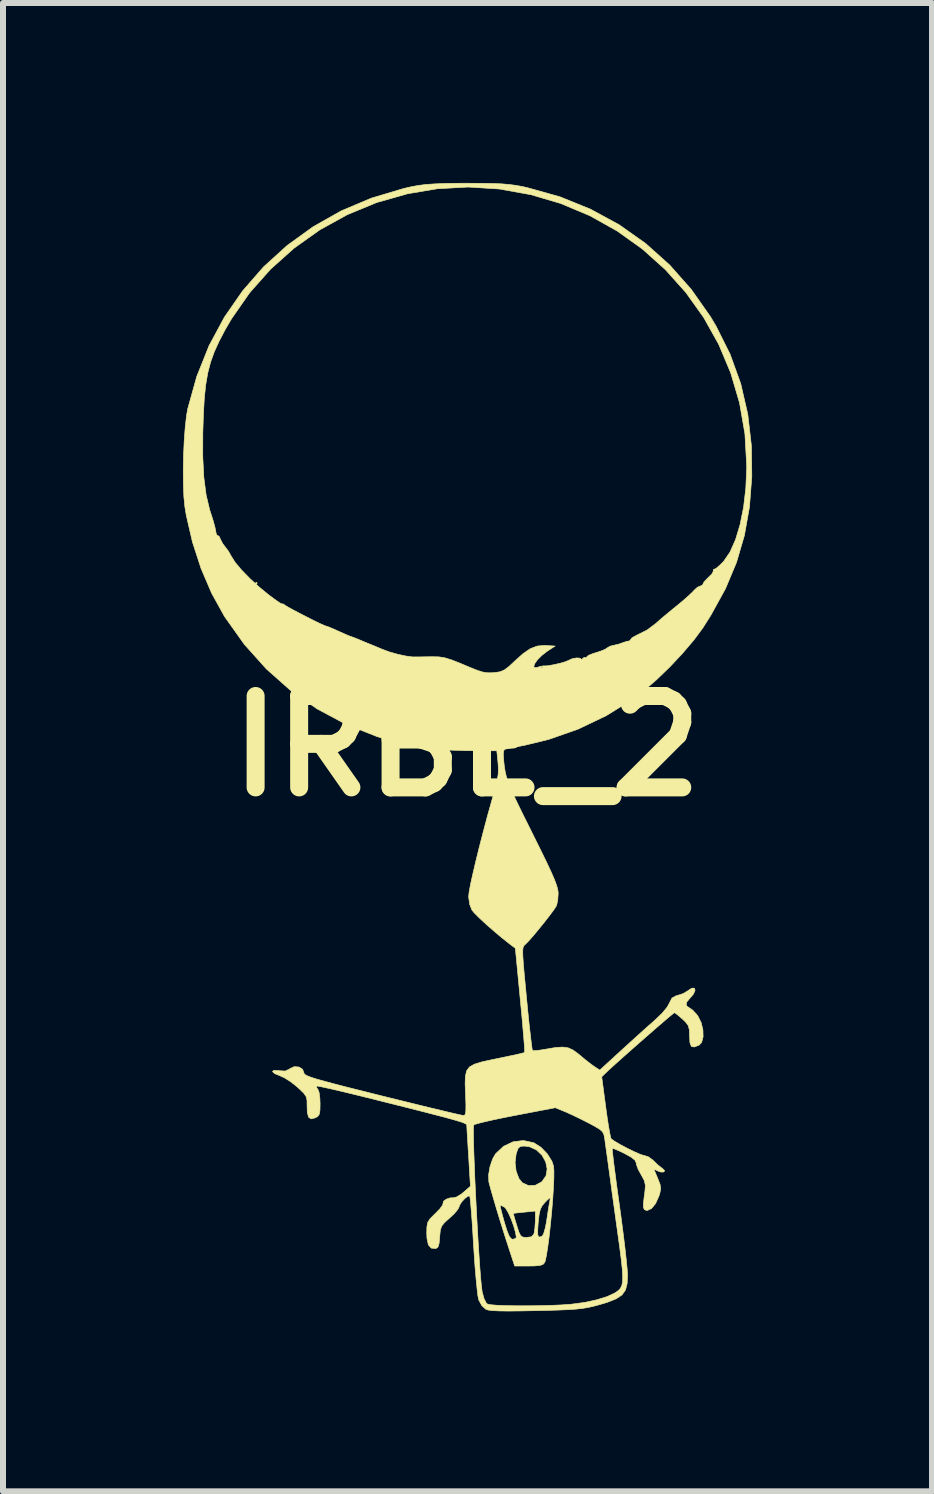
<source format=kicad_pcb>
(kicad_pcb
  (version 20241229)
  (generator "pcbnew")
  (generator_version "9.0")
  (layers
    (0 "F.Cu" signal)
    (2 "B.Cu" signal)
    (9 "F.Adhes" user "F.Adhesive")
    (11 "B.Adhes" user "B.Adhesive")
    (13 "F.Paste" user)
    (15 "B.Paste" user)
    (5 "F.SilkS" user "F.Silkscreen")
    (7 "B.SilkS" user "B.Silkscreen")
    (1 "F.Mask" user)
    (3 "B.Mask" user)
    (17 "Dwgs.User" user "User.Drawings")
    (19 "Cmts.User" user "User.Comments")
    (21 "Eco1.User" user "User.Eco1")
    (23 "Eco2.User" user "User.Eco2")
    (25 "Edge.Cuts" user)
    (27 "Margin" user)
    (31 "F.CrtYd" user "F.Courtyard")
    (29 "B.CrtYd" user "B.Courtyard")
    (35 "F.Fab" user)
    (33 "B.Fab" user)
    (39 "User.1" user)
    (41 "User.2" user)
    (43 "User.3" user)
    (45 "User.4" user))
  (footprint "IRBE_2"
    (layer "F.Cu")
    (at 4.731 9.387)
    (property "Reference" "IRBE_2" (at 0 0 0) (layer "F.SilkS") (effects (font (size 1.524 1.524) (thickness 0.3))))
    (attr through_hole)
    (fp_poly (pts (xy -3.493 -2.715) (xy -3.508 -2.699) (xy -3.524 -2.715) (xy -3.508 -2.731) (xy -3.493 -2.715)) (stroke (width 0.01) (type solid)) (fill yes) (layer "F.SilkS"))
    (fp_poly (pts (xy 1.116 6.613) (xy 1.121 6.615) (xy 1.237 6.689) (xy 1.343 6.799) (xy 1.421 6.924) (xy 1.447 7.005) (xy 1.453 7.085) (xy 1.452 7.214) (xy 1.444 7.379) (xy 1.432 7.569) (xy 1.415 7.773) (xy 1.395 7.978) (xy 1.374 8.173) (xy 1.351 8.346) (xy 1.329 8.487) (xy 1.309 8.582) (xy 1.297 8.612) (xy 1.27 8.642) (xy 1.217 8.659) (xy 1.124 8.667) (xy 1.033 8.668) (xy 0.799 8.668) (xy 0.687 8.326) (xy 0.628 8.142) (xy 0.566 7.945) (xy 0.506 7.748) (xy 0.479 7.657) (xy 0.557 7.657) (xy 0.561 7.69) (xy 0.581 7.77) (xy 0.611 7.882) (xy 0.629 7.945) (xy 0.672 8.083) (xy 0.707 8.169) (xy 0.739 8.212) (xy 0.768 8.223) (xy 0.816 8.207) (xy 0.826 8.188) (xy 0.813 8.108) (xy 0.782 8) (xy 0.74 7.885) (xy 0.698 7.791) (xy 0.775 7.791) (xy 0.783 7.821) (xy 0.804 7.895) (xy 0.834 7.993) (xy 0.868 8.1) (xy 0.897 8.159) (xy 0.931 8.185) (xy 0.983 8.191) (xy 0.999 8.191) (xy 1.078 8.181) (xy 1.116 8.141) (xy 1.123 8.12) (xy 1.13 8.077) (xy 1.182 8.077) (xy 1.185 8.154) (xy 1.203 8.185) (xy 1.239 8.179) (xy 1.261 8.166) (xy 1.283 8.125) (xy 1.308 8.038) (xy 1.331 7.923) (xy 1.333 7.905) (xy 1.352 7.777) (xy 1.37 7.665) (xy 1.384 7.591) (xy 1.384 7.588) (xy 1.392 7.541) (xy 1.383 7.533) (xy 1.344 7.567) (xy 1.307 7.604) (xy 1.257 7.662) (xy 1.226 7.724) (xy 1.206 7.811) (xy 1.192 7.94) (xy 1.191 7.945) (xy 1.182 8.077) (xy 1.13 8.077) (xy 1.135 8.044) (xy 1.142 7.94) (xy 1.143 7.9) (xy 1.143 7.752) (xy 0.96 7.77) (xy 0.862 7.78) (xy 0.795 7.788) (xy 0.775 7.791) (xy 0.698 7.791) (xy 0.693 7.781) (xy 0.65 7.708) (xy 0.631 7.688) (xy 0.578 7.661) (xy 0.557 7.657) (xy 0.479 7.657) (xy 0.452 7.566) (xy 0.407 7.411) (xy 0.376 7.297) (xy 0.368 7.264) (xy 0.364 7.15) (xy 0.387 7.013) (xy 0.411 6.943) (xy 0.806 6.943) (xy 0.823 7.086) (xy 0.87 7.21) (xy 0.925 7.279) (xy 1.028 7.327) (xy 1.143 7.322) (xy 1.251 7.264) (xy 1.252 7.263) (xy 1.321 7.165) (xy 1.34 7.051) (xy 1.316 6.932) (xy 1.255 6.822) (xy 1.162 6.733) (xy 1.045 6.679) (xy 0.958 6.668) (xy 0.894 6.674) (xy 0.857 6.705) (xy 0.83 6.778) (xy 0.823 6.802) (xy 0.806 6.943) (xy 0.411 6.943) (xy 0.432 6.882) (xy 0.48 6.798) (xy 0.614 6.672) (xy 0.773 6.597) (xy 0.945 6.576) (xy 1.116 6.613)) (stroke (width 0.01) (type solid)) (fill yes) (layer "F.SilkS"))
    (fp_poly (pts (xy 0.252 -9.381) (xy 0.439 -9.378) (xy 0.588 -9.372) (xy 0.712 -9.361) (xy 0.826 -9.346) (xy 0.942 -9.324) (xy 1.012 -9.308) (xy 1.555 -9.156) (xy 2.065 -8.949) (xy 2.541 -8.69) (xy 2.981 -8.379) (xy 3.383 -8.019) (xy 3.744 -7.611) (xy 4.063 -7.157) (xy 4.157 -6.999) (xy 4.391 -6.53) (xy 4.567 -6.042) (xy 4.685 -5.532) (xy 4.746 -4.998) (xy 4.752 -4.493) (xy 4.713 -3.986) (xy 4.629 -3.513) (xy 4.497 -3.062) (xy 4.313 -2.623) (xy 4.072 -2.185) (xy 3.934 -1.967) (xy 3.785 -1.766) (xy 3.597 -1.545) (xy 3.385 -1.319) (xy 3.162 -1.104) (xy 2.943 -0.914) (xy 2.766 -0.779) (xy 2.325 -0.506) (xy 1.854 -0.281) (xy 1.365 -0.11) (xy 0.966 -0.013) (xy 0.835 0.012) (xy 0.726 0.034) (xy 0.655 0.049) (xy 0.64 0.052) (xy 0.617 0.074) (xy 0.609 0.132) (xy 0.616 0.237) (xy 0.618 0.262) (xy 0.628 0.349) (xy 0.641 0.428) (xy 0.659 0.505) (xy 0.686 0.59) (xy 0.725 0.69) (xy 0.779 0.812) (xy 0.851 0.964) (xy 0.944 1.155) (xy 1.062 1.391) (xy 1.116 1.5) (xy 1.238 1.746) (xy 1.334 1.943) (xy 1.406 2.097) (xy 1.458 2.216) (xy 1.493 2.308) (xy 1.514 2.378) (xy 1.523 2.434) (xy 1.524 2.462) (xy 1.517 2.566) (xy 1.499 2.651) (xy 1.49 2.671) (xy 1.45 2.732) (xy 1.381 2.825) (xy 1.293 2.938) (xy 1.198 3.055) (xy 1.107 3.165) (xy 1.03 3.252) (xy 0.98 3.302) (xy 0.978 3.304) (xy 0.959 3.321) (xy 0.945 3.341) (xy 0.936 3.373) (xy 0.933 3.423) (xy 0.935 3.5) (xy 0.942 3.611) (xy 0.955 3.763) (xy 0.974 3.964) (xy 0.997 4.206) (xy 1.019 4.432) (xy 1.04 4.637) (xy 1.06 4.811) (xy 1.076 4.948) (xy 1.088 5.039) (xy 1.095 5.075) (xy 1.095 5.075) (xy 1.133 5.078) (xy 1.214 5.07) (xy 1.314 5.054) (xy 1.478 5.026) (xy 1.598 5.018) (xy 1.691 5.031) (xy 1.772 5.068) (xy 1.86 5.132) (xy 1.886 5.154) (xy 1.984 5.235) (xy 2.076 5.307) (xy 2.133 5.347) (xy 2.218 5.402) (xy 2.577 5.073) (xy 2.723 4.94) (xy 2.872 4.805) (xy 3.009 4.682) (xy 3.119 4.585) (xy 3.141 4.565) (xy 3.258 4.453) (xy 3.342 4.351) (xy 3.379 4.282) (xy 3.42 4.202) (xy 3.49 4.163) (xy 3.518 4.156) (xy 3.609 4.126) (xy 3.679 4.084) (xy 3.751 4.036) (xy 3.795 4.036) (xy 3.806 4.073) (xy 3.779 4.135) (xy 3.731 4.191) (xy 3.665 4.27) (xy 3.659 4.328) (xy 3.711 4.364) (xy 3.765 4.401) (xy 3.83 4.471) (xy 3.854 4.503) (xy 3.908 4.611) (xy 3.937 4.732) (xy 3.94 4.847) (xy 3.916 4.939) (xy 3.876 4.984) (xy 3.794 5.017) (xy 3.745 5.008) (xy 3.721 4.948) (xy 3.715 4.838) (xy 3.711 4.731) (xy 3.693 4.661) (xy 3.648 4.601) (xy 3.597 4.552) (xy 3.527 4.491) (xy 3.476 4.452) (xy 3.462 4.445) (xy 3.435 4.465) (xy 3.368 4.52) (xy 3.27 4.604) (xy 3.149 4.708) (xy 3.013 4.827) (xy 2.869 4.953) (xy 2.726 5.079) (xy 2.592 5.198) (xy 2.475 5.303) (xy 2.383 5.386) (xy 2.324 5.442) (xy 2.25 5.514) (xy 2.317 6.019) (xy 2.341 6.192) (xy 2.364 6.342) (xy 2.385 6.458) (xy 2.4 6.529) (xy 2.407 6.546) (xy 2.463 6.587) (xy 2.556 6.642) (xy 2.669 6.702) (xy 2.783 6.758) (xy 2.882 6.802) (xy 2.949 6.825) (xy 2.961 6.826) (xy 3.03 6.849) (xy 3.105 6.904) (xy 3.114 6.914) (xy 3.185 6.983) (xy 3.251 7.034) (xy 3.256 7.037) (xy 3.297 7.075) (xy 3.287 7.1) (xy 3.239 7.102) (xy 3.195 7.088) (xy 3.119 7.053) (xy 3.184 7.208) (xy 3.222 7.305) (xy 3.233 7.376) (xy 3.22 7.449) (xy 3.205 7.499) (xy 3.148 7.627) (xy 3.08 7.71) (xy 3.009 7.742) (xy 2.99 7.74) (xy 2.961 7.727) (xy 2.946 7.694) (xy 2.945 7.629) (xy 2.957 7.521) (xy 2.97 7.427) (xy 2.978 7.324) (xy 2.96 7.243) (xy 2.909 7.149) (xy 2.859 7.059) (xy 2.83 6.98) (xy 2.826 6.954) (xy 2.806 6.906) (xy 2.74 6.853) (xy 2.632 6.793) (xy 2.534 6.746) (xy 2.46 6.715) (xy 2.426 6.707) (xy 2.426 6.708) (xy 2.427 6.741) (xy 2.436 6.829) (xy 2.452 6.965) (xy 2.475 7.14) (xy 2.502 7.346) (xy 2.534 7.576) (xy 2.545 7.654) (xy 2.579 7.903) (xy 2.61 8.144) (xy 2.637 8.364) (xy 2.658 8.555) (xy 2.673 8.706) (xy 2.68 8.806) (xy 2.68 8.816) (xy 2.674 8.96) (xy 2.646 9.068) (xy 2.588 9.15) (xy 2.49 9.215) (xy 2.344 9.273) (xy 2.213 9.312) (xy 2.114 9.339) (xy 2.023 9.359) (xy 1.928 9.375) (xy 1.818 9.387) (xy 1.684 9.396) (xy 1.513 9.403) (xy 1.295 9.409) (xy 1.159 9.412) (xy 0.9 9.417) (xy 0.698 9.419) (xy 0.546 9.417) (xy 0.436 9.412) (xy 0.363 9.403) (xy 0.319 9.39) (xy 0.318 9.389) (xy 0.25 9.327) (xy 0.199 9.231) (xy 0.199 9.23) (xy 0.186 9.166) (xy 0.172 9.048) (xy 0.156 8.888) (xy 0.139 8.695) (xy 0.124 8.479) (xy 0.113 8.314) (xy 0.1 8.096) (xy 0.087 7.899) (xy 0.074 7.732) (xy 0.063 7.604) (xy 0.054 7.524) (xy 0.049 7.5) (xy 0.016 7.505) (xy -0.035 7.545) (xy -0.087 7.602) (xy -0.121 7.658) (xy -0.127 7.681) (xy -0.15 7.726) (xy -0.209 7.796) (xy -0.284 7.866) (xy -0.37 7.943) (xy -0.418 8.003) (xy -0.44 8.068) (xy -0.45 8.162) (xy -0.451 8.184) (xy -0.461 8.292) (xy -0.479 8.35) (xy -0.51 8.375) (xy -0.517 8.376) (xy -0.592 8.37) (xy -0.64 8.316) (xy -0.663 8.208) (xy -0.667 8.118) (xy -0.664 8.011) (xy -0.65 7.94) (xy -0.612 7.88) (xy -0.54 7.808) (xy -0.521 7.79) (xy -0.448 7.715) (xy -0.403 7.654) (xy -0.395 7.623) (xy -0.387 7.587) (xy -0.339 7.553) (xy -0.273 7.531) (xy -0.226 7.531) (xy -0.17 7.517) (xy -0.092 7.47) (xy -0.054 7.439) (xy 0.061 7.338) (xy 0.032 6.852) (xy 0.021 6.681) (xy 0.012 6.531) (xy 0.007 6.445) (xy 0.111 6.445) (xy 0.113 6.586) (xy 0.118 6.766) (xy 0.126 6.978) (xy 0.135 7.213) (xy 0.147 7.464) (xy 0.16 7.723) (xy 0.174 7.982) (xy 0.188 8.233) (xy 0.203 8.468) (xy 0.217 8.679) (xy 0.231 8.859) (xy 0.244 8.999) (xy 0.256 9.091) (xy 0.258 9.104) (xy 0.287 9.209) (xy 0.324 9.283) (xy 0.343 9.301) (xy 0.395 9.313) (xy 0.499 9.322) (xy 0.644 9.328) (xy 0.819 9.331) (xy 1.012 9.331) (xy 1.212 9.329) (xy 1.407 9.324) (xy 1.588 9.316) (xy 1.741 9.305) (xy 1.746 9.304) (xy 1.965 9.275) (xy 2.168 9.231) (xy 2.342 9.177) (xy 2.474 9.115) (xy 2.531 9.074) (xy 2.563 9.038) (xy 2.585 8.993) (xy 2.598 8.931) (xy 2.6 8.844) (xy 2.593 8.724) (xy 2.576 8.564) (xy 2.549 8.354) (xy 2.524 8.172) (xy 2.492 7.942) (xy 2.457 7.689) (xy 2.422 7.438) (xy 2.392 7.214) (xy 2.38 7.128) (xy 2.356 6.951) (xy 2.333 6.786) (xy 2.314 6.65) (xy 2.301 6.555) (xy 2.298 6.533) (xy 2.285 6.473) (xy 2.26 6.427) (xy 2.21 6.384) (xy 2.123 6.333) (xy 2.037 6.287) (xy 1.901 6.218) (xy 1.763 6.151) (xy 1.65 6.1) (xy 1.635 6.094) (xy 1.476 6.029) (xy 0.813 6.156) (xy 0.614 6.195) (xy 0.437 6.232) (xy 0.289 6.266) (xy 0.182 6.293) (xy 0.124 6.311) (xy 0.118 6.315) (xy 0.113 6.352) (xy 0.111 6.445) (xy 0.007 6.445) (xy 0.005 6.414) (xy 0.001 6.342) (xy 0.001 6.327) (xy -0.001 6.315) (xy -0.011 6.303) (xy -0.034 6.29) (xy -0.075 6.273) (xy -0.139 6.253) (xy -0.231 6.226) (xy -0.357 6.191) (xy -0.523 6.148) (xy -0.732 6.094) (xy -0.992 6.028) (xy -1.306 5.949) (xy -1.41 5.923) (xy -1.661 5.86) (xy -1.893 5.803) (xy -2.097 5.754) (xy -2.268 5.714) (xy -2.397 5.686) (xy -2.478 5.67) (xy -2.503 5.668) (xy -2.499 5.7) (xy -2.482 5.722) (xy -2.462 5.772) (xy -2.449 5.866) (xy -2.445 5.96) (xy -2.447 6.071) (xy -2.458 6.137) (xy -2.483 6.173) (xy -2.526 6.198) (xy -2.595 6.215) (xy -2.637 6.187) (xy -2.658 6.108) (xy -2.662 5.988) (xy -2.663 5.905) (xy -2.677 5.844) (xy -2.716 5.788) (xy -2.788 5.718) (xy -2.827 5.682) (xy -2.931 5.599) (xy -3.038 5.531) (xy -3.117 5.495) (xy -3.203 5.46) (xy -3.238 5.427) (xy -3.219 5.407) (xy -3.146 5.408) (xy -3.124 5.412) (xy -3.028 5.418) (xy -2.959 5.387) (xy -2.949 5.378) (xy -2.877 5.345) (xy -2.799 5.35) (xy -2.737 5.388) (xy -2.715 5.446) (xy -2.71 5.463) (xy -2.691 5.48) (xy -2.654 5.499) (xy -2.592 5.523) (xy -2.501 5.552) (xy -2.374 5.587) (xy -2.208 5.632) (xy -1.996 5.687) (xy -1.732 5.753) (xy -1.413 5.833) (xy -1.134 5.902) (xy -0.873 5.966) (xy -0.637 6.024) (xy -0.432 6.073) (xy -0.265 6.113) (xy -0.143 6.141) (xy -0.072 6.156) (xy -0.058 6.158) (xy -0.035 6.153) (xy -0.021 6.128) (xy -0.015 6.072) (xy -0.014 5.977) (xy -0.019 5.83) (xy -0.02 5.802) (xy -0.027 5.631) (xy -0.023 5.505) (xy -0.002 5.414) (xy 0.046 5.349) (xy 0.128 5.303) (xy 0.252 5.265) (xy 0.426 5.227) (xy 0.52 5.208) (xy 0.677 5.175) (xy 0.811 5.147) (xy 0.909 5.124) (xy 0.961 5.11) (xy 0.966 5.108) (xy 0.965 5.074) (xy 0.96 4.986) (xy 0.949 4.851) (xy 0.934 4.677) (xy 0.916 4.473) (xy 0.894 4.248) (xy 0.893 4.233) (xy 0.81 3.371) (xy 0.714 3.298) (xy 0.585 3.196) (xy 0.451 3.083) (xy 0.322 2.97) (xy 0.21 2.866) (xy 0.127 2.783) (xy 0.087 2.736) (xy 0.049 2.64) (xy 0.032 2.519) (xy 0.032 2.505) (xy 0.04 2.429) (xy 0.064 2.301) (xy 0.102 2.129) (xy 0.151 1.921) (xy 0.209 1.685) (xy 0.275 1.43) (xy 0.346 1.163) (xy 0.421 0.895) (xy 0.461 0.753) (xy 0.503 0.595) (xy 0.524 0.471) (xy 0.527 0.358) (xy 0.521 0.277) (xy 0.501 0.079) (xy 0.004 0.077) (xy -0.368 0.065) (xy -0.7 0.034) (xy -1.012 -0.022) (xy -1.327 -0.104) (xy -1.496 -0.158) (xy -2.013 -0.362) (xy -2.494 -0.619) (xy -2.936 -0.926) (xy -3.34 -1.285) (xy -3.706 -1.693) (xy -4.032 -2.151) (xy -4.045 -2.172) (xy -4.252 -2.546) (xy -4.43 -2.962) (xy -4.573 -3.402) (xy -4.676 -3.848) (xy -4.7 -3.995) (xy -4.716 -4.158) (xy -4.724 -4.365) (xy -4.726 -4.601) (xy -4.721 -4.825) (xy -4.401 -4.825) (xy -4.383 -4.48) (xy -4.345 -4.187) (xy -4.286 -3.939) (xy -4.268 -3.884) (xy -4.229 -3.762) (xy -4.199 -3.653) (xy -4.184 -3.58) (xy -4.184 -3.577) (xy -4.172 -3.522) (xy -4.155 -3.511) (xy -4.129 -3.497) (xy -4.11 -3.456) (xy -4.071 -3.378) (xy -4.03 -3.324) (xy -3.974 -3.25) (xy -3.925 -3.163) (xy -3.86 -3.061) (xy -3.754 -2.935) (xy -3.618 -2.795) (xy -3.463 -2.653) (xy -3.31 -2.527) (xy -3.21 -2.452) (xy -3.132 -2.397) (xy -3.086 -2.37) (xy -3.08 -2.37) (xy -3.06 -2.369) (xy -3.033 -2.35) (xy -2.989 -2.322) (xy -2.904 -2.275) (xy -2.794 -2.217) (xy -2.671 -2.154) (xy -2.551 -2.093) (xy -2.448 -2.043) (xy -2.374 -2.01) (xy -2.346 -2) (xy -2.309 -1.988) (xy -2.231 -1.956) (xy -2.139 -1.915) (xy -2.041 -1.871) (xy -1.967 -1.839) (xy -1.936 -1.828) (xy -1.899 -1.815) (xy -1.824 -1.786) (xy -1.777 -1.766) (xy -1.674 -1.723) (xy -1.581 -1.685) (xy -1.556 -1.675) (xy -1.469 -1.639) (xy -1.413 -1.615) (xy -1.295 -1.571) (xy -1.155 -1.531) (xy -1.017 -1.501) (xy -0.907 -1.486) (xy -0.889 -1.486) (xy -0.796 -1.486) (xy -0.671 -1.488) (xy -0.576 -1.489) (xy -0.466 -1.487) (xy -0.365 -1.471) (xy -0.252 -1.436) (xy -0.107 -1.379) (xy -0.084 -1.369) (xy 0.073 -1.303) (xy 0.185 -1.259) (xy 0.269 -1.233) (xy 0.338 -1.222) (xy 0.406 -1.221) (xy 0.476 -1.226) (xy 0.558 -1.239) (xy 0.629 -1.27) (xy 0.707 -1.329) (xy 0.793 -1.41) (xy 0.937 -1.539) (xy 1.059 -1.623) (xy 1.174 -1.667) (xy 1.295 -1.678) (xy 1.325 -1.676) (xy 1.473 -1.667) (xy 1.34 -1.58) (xy 1.251 -1.511) (xy 1.18 -1.44) (xy 1.134 -1.375) (xy 1.117 -1.327) (xy 1.134 -1.304) (xy 1.191 -1.316) (xy 1.197 -1.319) (xy 1.254 -1.333) (xy 1.238 -1.318) (xy 1.254 -1.302) (xy 1.27 -1.318) (xy 1.254 -1.333) (xy 1.267 -1.336) (xy 1.298 -1.336) (xy 1.356 -1.339) (xy 1.45 -1.356) (xy 1.555 -1.38) (xy 1.646 -1.406) (xy 1.699 -1.429) (xy 1.758 -1.456) (xy 1.83 -1.469) (xy 1.888 -1.465) (xy 1.908 -1.448) (xy 1.917 -1.436) (xy 1.926 -1.453) (xy 1.957 -1.479) (xy 1.971 -1.475) (xy 1.999 -1.477) (xy 2 -1.486) (xy 2.028 -1.511) (xy 2.099 -1.54) (xy 2.151 -1.556) (xy 2.246 -1.587) (xy 2.316 -1.618) (xy 2.334 -1.632) (xy 2.388 -1.664) (xy 2.443 -1.678) (xy 2.534 -1.699) (xy 2.601 -1.723) (xy 2.669 -1.746) (xy 2.707 -1.751) (xy 2.73 -1.77) (xy 2.731 -1.775) (xy 2.757 -1.806) (xy 2.818 -1.84) (xy 3.006 -1.934) (xy 3.159 -2.049) (xy 3.168 -2.058) (xy 3.236 -2.118) (xy 3.337 -2.203) (xy 3.451 -2.297) (xy 3.497 -2.334) (xy 3.607 -2.425) (xy 3.703 -2.51) (xy 3.771 -2.575) (xy 3.788 -2.595) (xy 3.845 -2.647) (xy 3.892 -2.667) (xy 3.932 -2.686) (xy 3.937 -2.701) (xy 3.959 -2.741) (xy 4.015 -2.799) (xy 4.032 -2.815) (xy 4.089 -2.872) (xy 4.111 -2.917) (xy 4.109 -2.925) (xy 4.112 -2.947) (xy 4.122 -2.946) (xy 4.158 -2.963) (xy 4.22 -3.016) (xy 4.283 -3.08) (xy 4.389 -3.234) (xy 4.481 -3.442) (xy 4.557 -3.694) (xy 4.615 -3.983) (xy 4.652 -4.3) (xy 4.667 -4.635) (xy 4.667 -4.673) (xy 4.637 -5.206) (xy 4.547 -5.723) (xy 4.4 -6.221) (xy 4.201 -6.695) (xy 3.951 -7.142) (xy 3.654 -7.559) (xy 3.312 -7.941) (xy 2.93 -8.284) (xy 2.509 -8.585) (xy 2.054 -8.84) (xy 1.566 -9.045) (xy 1.071 -9.191) (xy 0.544 -9.286) (xy 0.024 -9.319) (xy -0.494 -9.29) (xy -0.986 -9.207) (xy -1.5 -9.061) (xy -1.99 -8.859) (xy -2.452 -8.604) (xy -2.88 -8.299) (xy -3.271 -7.949) (xy -3.619 -7.557) (xy -3.92 -7.125) (xy -4.028 -6.94) (xy -4.128 -6.749) (xy -4.208 -6.574) (xy -4.27 -6.402) (xy -4.317 -6.223) (xy -4.351 -6.026) (xy -4.375 -5.798) (xy -4.39 -5.529) (xy -4.4 -5.225) (xy -4.401 -4.825) (xy -4.721 -4.825) (xy -4.721 -4.849) (xy -4.71 -5.095) (xy -4.693 -5.32) (xy -4.671 -5.511) (xy -4.652 -5.62) (xy -4.501 -6.161) (xy -4.297 -6.672) (xy -4.041 -7.148) (xy -3.737 -7.587) (xy -3.388 -7.987) (xy -2.995 -8.344) (xy -2.563 -8.656) (xy -2.094 -8.921) (xy -1.59 -9.134) (xy -1.054 -9.294) (xy -0.921 -9.325) (xy -0.805 -9.346) (xy -0.679 -9.362) (xy -0.531 -9.372) (xy -0.35 -9.379) (xy -0.123 -9.382) (xy 0.016 -9.382) (xy 0.252 -9.381)) (stroke (width 0.01) (type solid)) (fill yes) (layer "F.SilkS")))
  (gr_rect
    (start -3 -3)
    (end 12.487 21.811)
    (stroke (width 0.1) (type default))
    (fill no)
    (layer "Edge.Cuts")))
</source>
